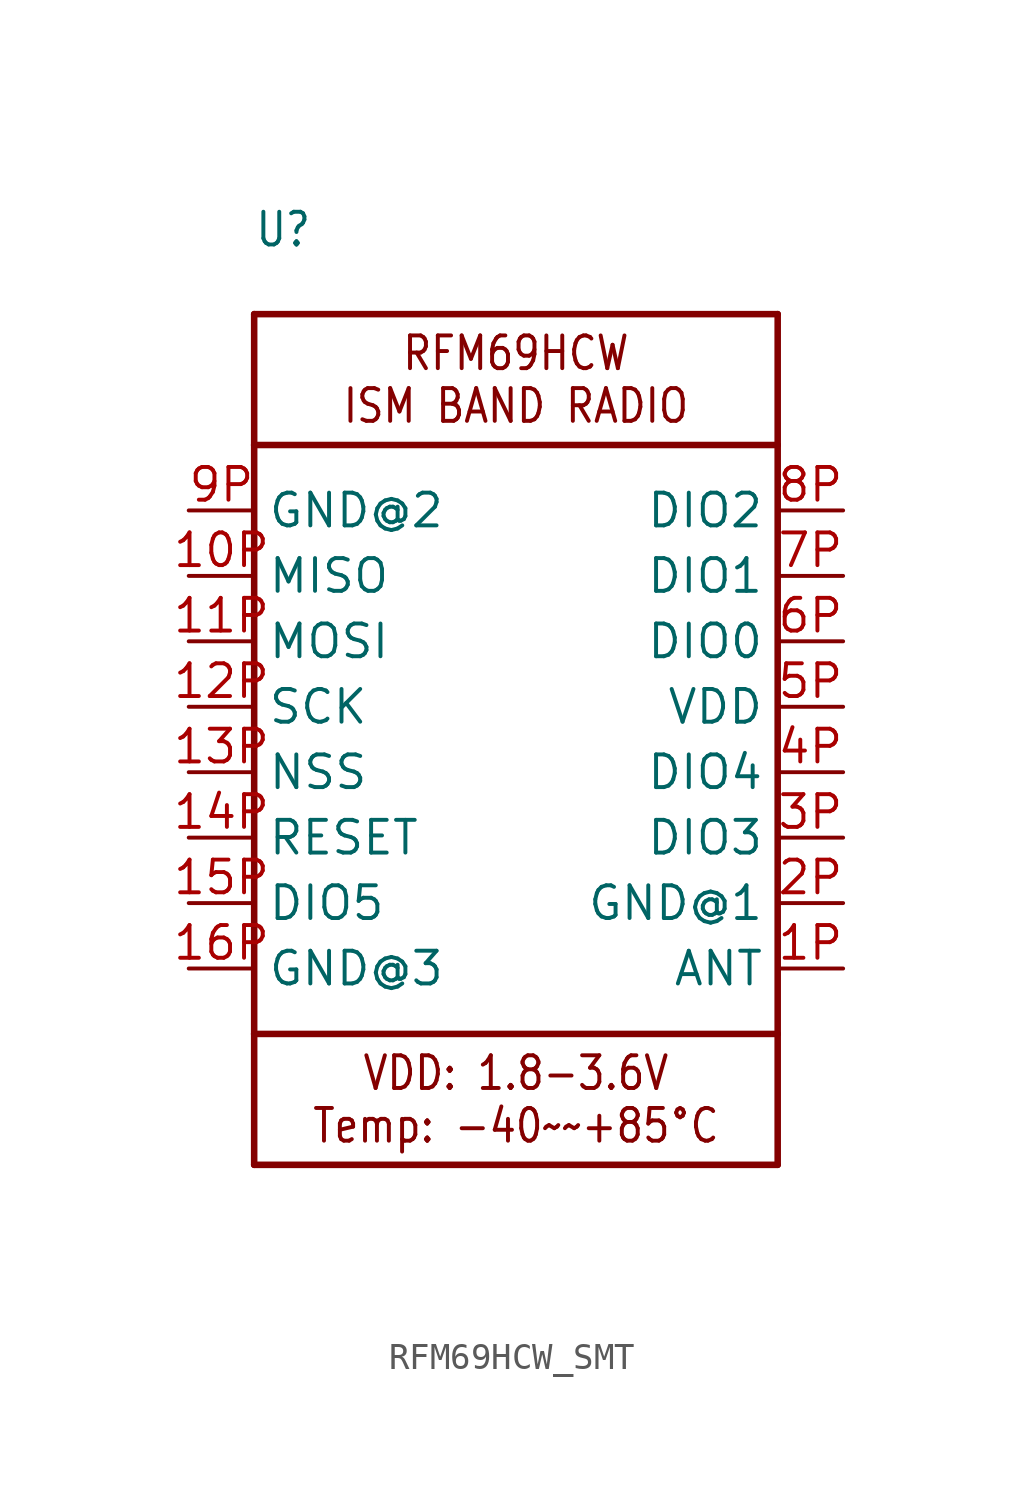
<source format=kicad_sym>
(kicad_symbol_lib
  (version 20231120)
  (generator "kicad_symbol_editor")
  (generator_version "8.0")
  (symbol "RFM69HCW_SMT"
    (property "Reference" "U"
      (at -10.16 17.78 0)
      (effects (font (size 1.27 1.079)) (justify left bottom)))
    (property "Value" ""
      (at -10.16 -20.32 0)
      (effects (font (size 1.27 1.079)) (justify left bottom)))
    (property "ki_locked" ""
      (at 0 0 0)
      (effects (font (size 1.27 1.27))))
    (symbol "RFM69HCW_SMT_1_0"
      (polyline (pts (xy -10.16 -17.78) (xy 10.16 -17.78)) (stroke (width 0.254) (type solid)) (fill (type none)))
      (polyline (pts (xy -10.16 -12.7) (xy -10.16 -17.78)) (stroke (width 0.254) (type solid)) (fill (type none)))
      (polyline (pts (xy -10.16 -12.7) (xy -10.16 10.16)) (stroke (width 0.254) (type solid)) (fill (type none)))
      (polyline (pts (xy -10.16 10.16) (xy -10.16 15.24)) (stroke (width 0.254) (type solid)) (fill (type none)))
      (polyline (pts (xy -10.16 10.16) (xy 10.16 10.16)) (stroke (width 0.254) (type solid)) (fill (type none)))
      (polyline (pts (xy -10.16 15.24) (xy 10.16 15.24)) (stroke (width 0.254) (type solid)) (fill (type none)))
      (polyline (pts (xy 10.16 -17.78) (xy 10.16 -12.7)) (stroke (width 0.254) (type solid)) (fill (type none)))
      (polyline (pts (xy 10.16 -12.7) (xy -10.16 -12.7)) (stroke (width 0.254) (type solid)) (fill (type none)))
      (polyline (pts (xy 10.16 10.16) (xy 10.16 -12.7)) (stroke (width 0.254) (type solid)) (fill (type none)))
      (polyline (pts (xy 10.16 15.24) (xy 10.16 10.16)) (stroke (width 0.254) (type solid)) (fill (type none)))
      (text "RFM69HCW\nISM BAND RADIO" (at 0 12.7 0) (effects (font (size 1.27 1.079))))
      (text "VDD: 1.8-3.6V\nTemp: -40~~+85°C" (at 0 -15.24 0) (effects (font (size 1.27 1.079))))
      (pin output line (at -12.7 5.08 0) (length 2.54) (name "MISO" (effects (font (size 1.27 1.27)))) (number "10P" (effects (font (size 1.27 1.27)))))
      (pin input line (at -12.7 2.54 0) (length 2.54) (name "MOSI" (effects (font (size 1.27 1.27)))) (number "11P" (effects (font (size 1.27 1.27)))))
      (pin input line (at -12.7 0 0) (length 2.54) (name "SCK" (effects (font (size 1.27 1.27)))) (number "12P" (effects (font (size 1.27 1.27)))))
      (pin input line (at -12.7 -2.54 0) (length 2.54) (name "NSS" (effects (font (size 1.27 1.27)))) (number "13P" (effects (font (size 1.27 1.27)))))
      (pin input line (at -12.7 -5.08 0) (length 2.54) (name "RESET" (effects (font (size 1.27 1.27)))) (number "14P" (effects (font (size 1.27 1.27)))))
      (pin bidirectional line (at -12.7 -7.62 0) (length 2.54) (name "DIO5" (effects (font (size 1.27 1.27)))) (number "15P" (effects (font (size 1.27 1.27)))))
      (pin power_in line (at -12.7 -10.16 0) (length 2.54) (name "GND@3" (effects (font (size 1.27 1.27)))) (number "16P" (effects (font (size 1.27 1.27)))))
      (pin bidirectional line (at 12.7 -10.16 180) (length 2.54) (name "ANT" (effects (font (size 1.27 1.27)))) (number "1P" (effects (font (size 1.27 1.27)))))
      (pin power_in line (at 12.7 -7.62 180) (length 2.54) (name "GND@1" (effects (font (size 1.27 1.27)))) (number "2P" (effects (font (size 1.27 1.27)))))
      (pin bidirectional line (at 12.7 -5.08 180) (length 2.54) (name "DIO3" (effects (font (size 1.27 1.27)))) (number "3P" (effects (font (size 1.27 1.27)))))
      (pin bidirectional line (at 12.7 -2.54 180) (length 2.54) (name "DIO4" (effects (font (size 1.27 1.27)))) (number "4P" (effects (font (size 1.27 1.27)))))
      (pin power_in line (at 12.7 0 180) (length 2.54) (name "VDD" (effects (font (size 1.27 1.27)))) (number "5P" (effects (font (size 1.27 1.27)))))
      (pin bidirectional line (at 12.7 2.54 180) (length 2.54) (name "DIO0" (effects (font (size 1.27 1.27)))) (number "6P" (effects (font (size 1.27 1.27)))))
      (pin bidirectional line (at 12.7 5.08 180) (length 2.54) (name "DIO1" (effects (font (size 1.27 1.27)))) (number "7P" (effects (font (size 1.27 1.27)))))
      (pin bidirectional line (at 12.7 7.62 180) (length 2.54) (name "DIO2" (effects (font (size 1.27 1.27)))) (number "8P" (effects (font (size 1.27 1.27)))))
      (pin power_in line (at -12.7 7.62 0) (length 2.54) (name "GND@2" (effects (font (size 1.27 1.27)))) (number "9P" (effects (font (size 1.27 1.27))))))))
</source>
